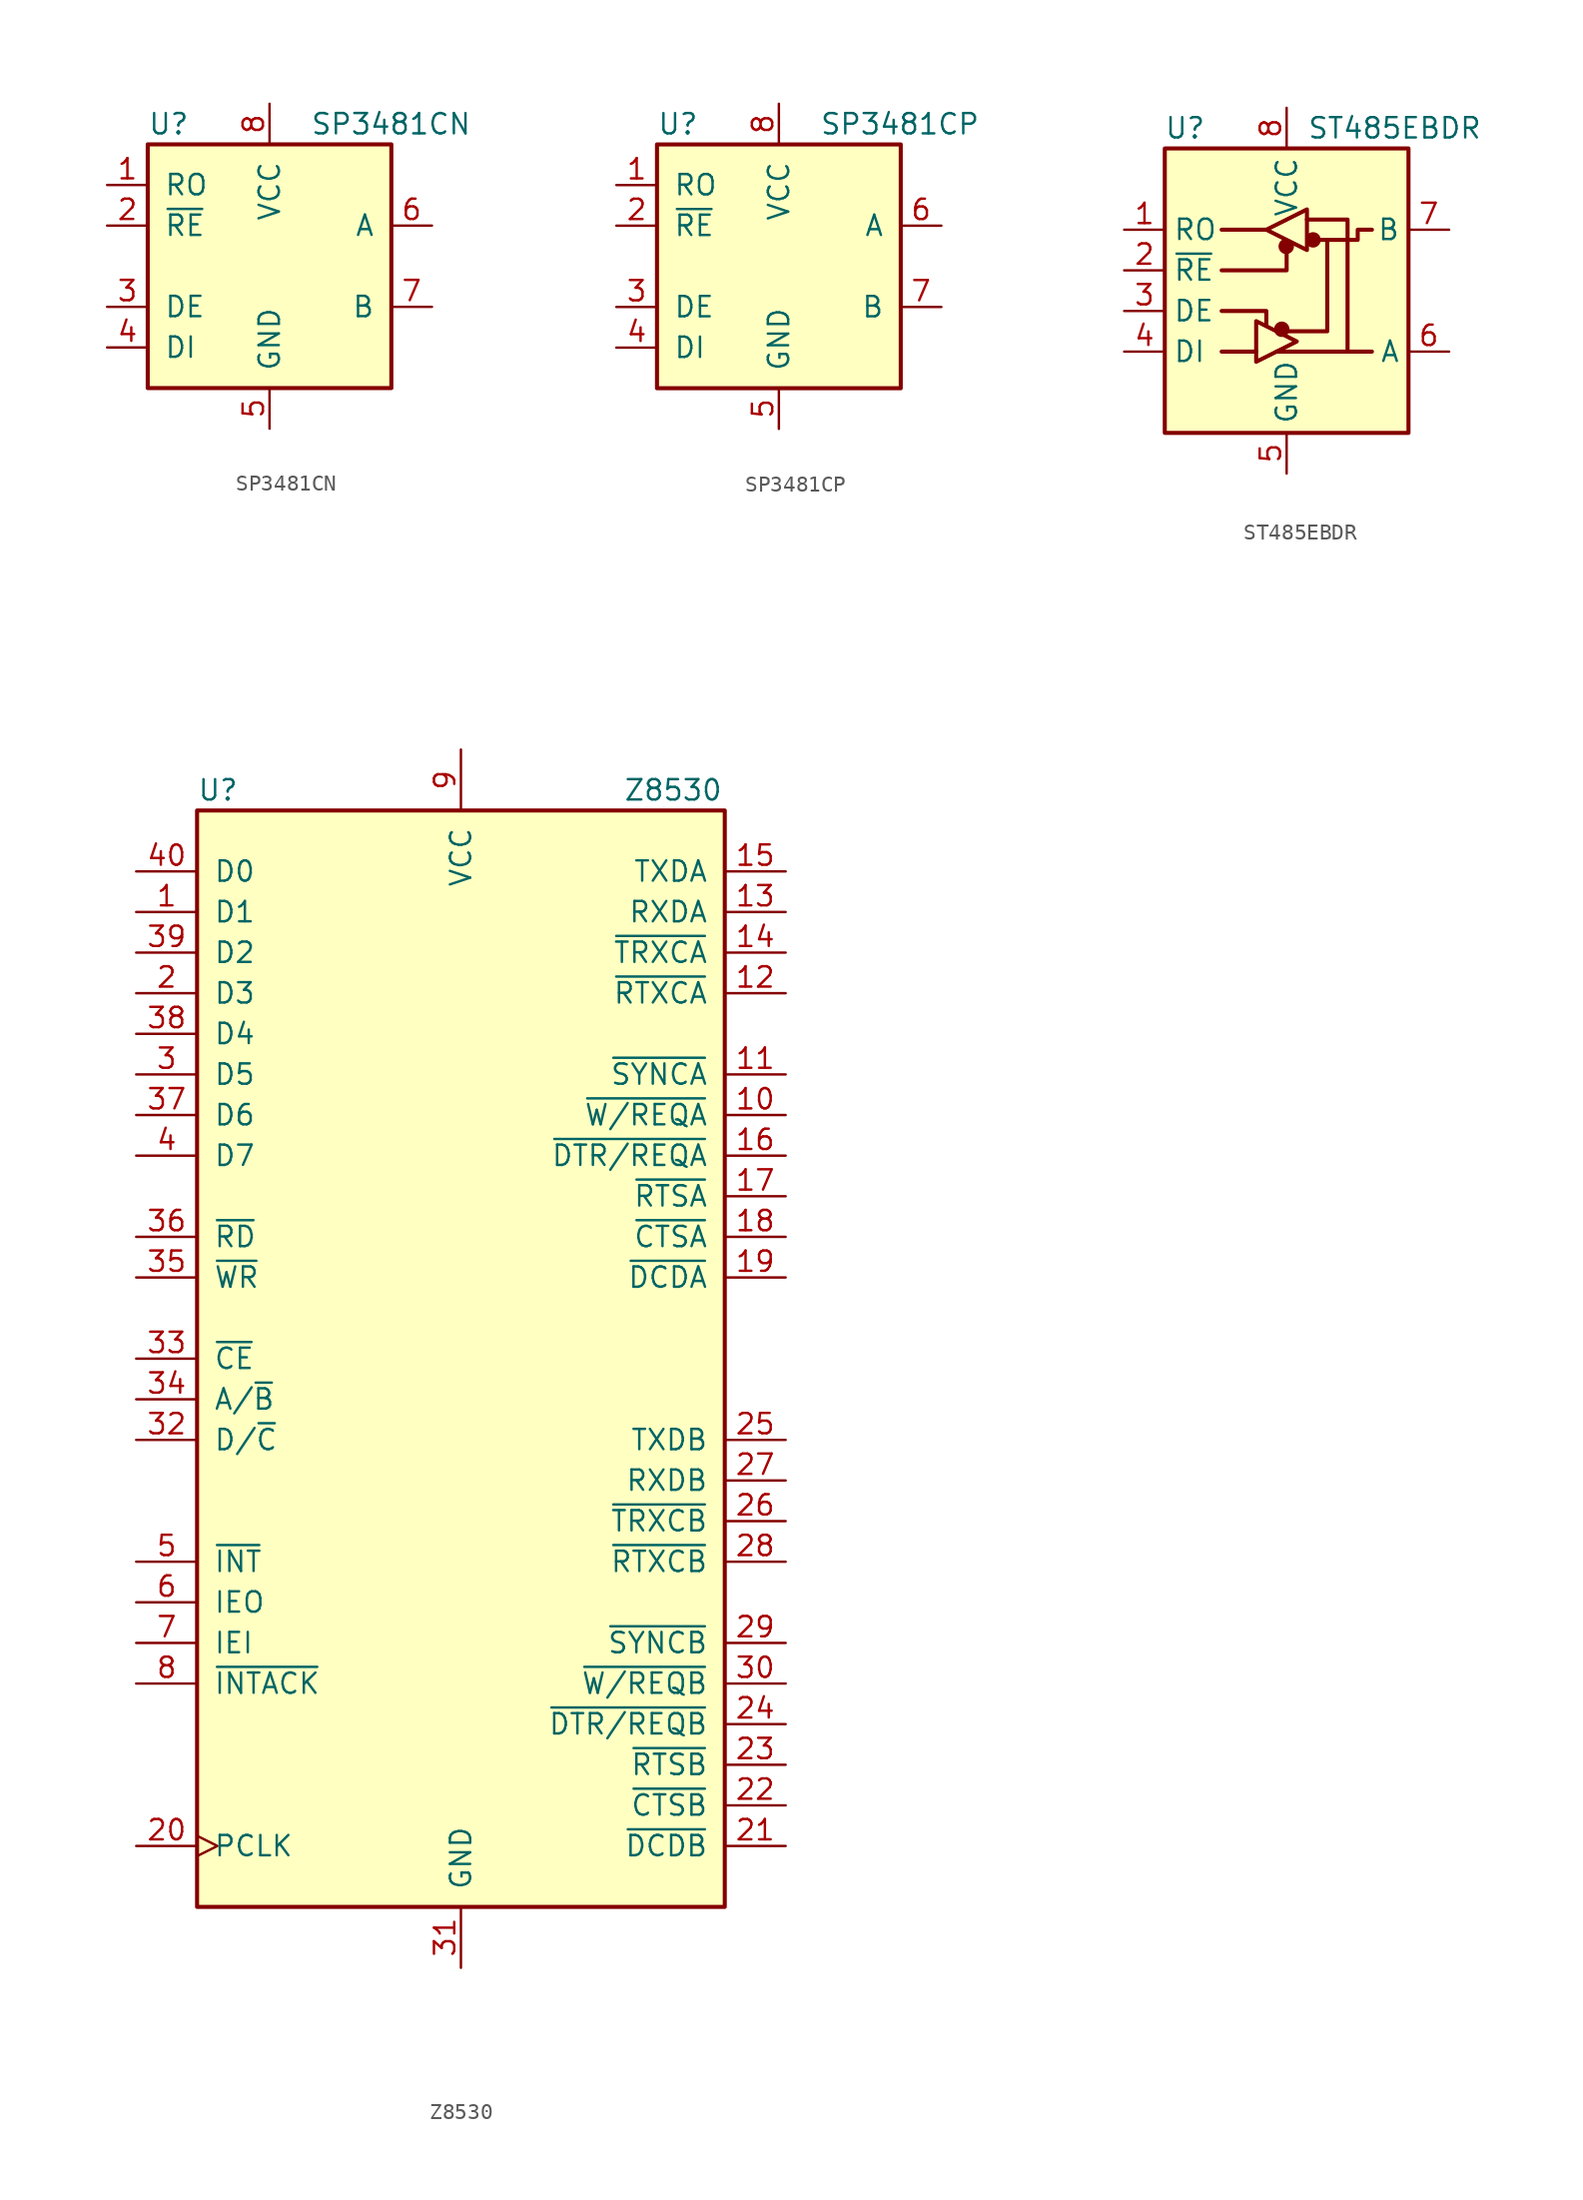
<source format=kicad_sym>
(kicad_symbol_lib
  (version 20220914)
  (generator kicad_symbol_editor)
  (symbol "SP3481CN"
    (pin_names
      (offset 1.016))
    (property "Reference" "U"
      (at -7.62 8.89 0)
      (effects (font (size 1.27 1.27)) (justify left)))
    (property "Value" "SP3481CN"
      (at 2.54 8.89 0)
      (effects (font (size 1.27 1.27)) (justify left)))
    (symbol "SP3481CN_0_1"
      (rectangle (start -7.62 7.62) (end 7.62 -7.62) (stroke (width 0.254) (type default)) (fill (type background))))
    (symbol "SP3481CN_1_1"
      (pin output line (at -10.16 5.08 0) (length 2.54) (name "RO" (effects (font (size 1.27 1.27)))) (number "1" (effects (font (size 1.27 1.27)))))
      (pin input line (at -10.16 2.54 0) (length 2.54) (name "~{RE}" (effects (font (size 1.27 1.27)))) (number "2" (effects (font (size 1.27 1.27)))))
      (pin input line (at -10.16 -2.54 0) (length 2.54) (name "DE" (effects (font (size 1.27 1.27)))) (number "3" (effects (font (size 1.27 1.27)))))
      (pin input line (at -10.16 -5.08 0) (length 2.54) (name "DI" (effects (font (size 1.27 1.27)))) (number "4" (effects (font (size 1.27 1.27)))))
      (pin power_in line (at 0 -10.16 90) (length 2.54) (name "GND" (effects (font (size 1.27 1.27)))) (number "5" (effects (font (size 1.27 1.27)))))
      (pin bidirectional line (at 10.16 2.54 180) (length 2.54) (name "A" (effects (font (size 1.27 1.27)))) (number "6" (effects (font (size 1.27 1.27)))))
      (pin bidirectional line (at 10.16 -2.54 180) (length 2.54) (name "B" (effects (font (size 1.27 1.27)))) (number "7" (effects (font (size 1.27 1.27)))))
      (pin power_in line (at 0 10.16 270) (length 2.54) (name "VCC" (effects (font (size 1.27 1.27)))) (number "8" (effects (font (size 1.27 1.27)))))))
  (symbol "SP3481CP"
    (pin_names
      (offset 1.016))
    (property "Reference" "U"
      (at -7.62 8.89 0)
      (effects (font (size 1.27 1.27)) (justify left)))
    (property "Value" "SP3481CP"
      (at 2.54 8.89 0)
      (effects (font (size 1.27 1.27)) (justify left)))
    (symbol "SP3481CP_0_1"
      (rectangle (start -7.62 7.62) (end 7.62 -7.62) (stroke (width 0.254) (type default)) (fill (type background))))
    (symbol "SP3481CP_1_1"
      (pin output line (at -10.16 5.08 0) (length 2.54) (name "RO" (effects (font (size 1.27 1.27)))) (number "1" (effects (font (size 1.27 1.27)))))
      (pin input line (at -10.16 2.54 0) (length 2.54) (name "~{RE}" (effects (font (size 1.27 1.27)))) (number "2" (effects (font (size 1.27 1.27)))))
      (pin input line (at -10.16 -2.54 0) (length 2.54) (name "DE" (effects (font (size 1.27 1.27)))) (number "3" (effects (font (size 1.27 1.27)))))
      (pin input line (at -10.16 -5.08 0) (length 2.54) (name "DI" (effects (font (size 1.27 1.27)))) (number "4" (effects (font (size 1.27 1.27)))))
      (pin power_in line (at 0 -10.16 90) (length 2.54) (name "GND" (effects (font (size 1.27 1.27)))) (number "5" (effects (font (size 1.27 1.27)))))
      (pin bidirectional line (at 10.16 2.54 180) (length 2.54) (name "A" (effects (font (size 1.27 1.27)))) (number "6" (effects (font (size 1.27 1.27)))))
      (pin bidirectional line (at 10.16 -2.54 180) (length 2.54) (name "B" (effects (font (size 1.27 1.27)))) (number "7" (effects (font (size 1.27 1.27)))))
      (pin power_in line (at 0 10.16 270) (length 2.54) (name "VCC" (effects (font (size 1.27 1.27)))) (number "8" (effects (font (size 1.27 1.27)))))))
  (symbol "ST485EBDR"
    (property "Reference" "U"
      (at -6.35 8.89 0)
      (effects (font (size 1.27 1.27))))
    (property "Value" "ST485EBDR"
      (at 1.27 8.89 0)
      (effects (font (size 1.27 1.27)) (justify left)))
    (symbol "ST485EBDR_0_1"
      (rectangle (start -7.62 7.62) (end 7.62 -10.16) (stroke (width 0.254) (type default)) (fill (type background)))
      (circle (center -0.305 -3.683) (radius 0.356) (stroke (width 0.254) (type default)) (fill (type outline)))
      (circle (center -0.025 1.499) (radius 0.356) (stroke (width 0.254) (type default)) (fill (type outline)))
      (polyline (pts (xy -4.064 -5.08) (xy -1.905 -5.08)) (stroke (width 0.254) (type default)) (fill (type none)))
      (polyline (pts (xy -4.064 2.54) (xy -1.27 2.54)) (stroke (width 0.254) (type default)) (fill (type none)))
      (polyline (pts (xy -1.27 -3.2) (xy -1.27 -3.454)) (stroke (width 0.254) (type default)) (fill (type none)))
      (polyline (pts (xy -0.635 -5.08) (xy 5.334 -5.08)) (stroke (width 0.254) (type default)) (fill (type none)))
      (polyline (pts (xy -4.064 -2.54) (xy -1.27 -2.54) (xy -1.27 -3.175)) (stroke (width 0.254) (type default)) (fill (type none)))
      (polyline (pts (xy 0 1.27) (xy 0 0) (xy -4.064 0)) (stroke (width 0.254) (type default)) (fill (type none)))
      (polyline (pts (xy 1.27 3.175) (xy 3.81 3.175) (xy 3.81 -5.08)) (stroke (width 0.254) (type default)) (fill (type none)))
      (polyline (pts (xy 2.54 1.905) (xy 2.54 -3.81) (xy 0 -3.81)) (stroke (width 0.254) (type default)) (fill (type none)))
      (polyline (pts (xy -1.905 -3.175) (xy -1.905 -5.715) (xy 0.635 -4.445) (xy -1.905 -3.175)) (stroke (width 0.254) (type default)) (fill (type none)))
      (polyline (pts (xy -1.27 2.54) (xy 1.27 3.81) (xy 1.27 1.27) (xy -1.27 2.54)) (stroke (width 0.254) (type default)) (fill (type none)))
      (polyline (pts (xy 1.905 1.905) (xy 4.445 1.905) (xy 4.445 2.54) (xy 5.334 2.54)) (stroke (width 0.254) (type default)) (fill (type none)))
      (rectangle (start 1.27 3.175) (end 1.27 3.175) (stroke (width 0) (type default)) (fill (type none)))
      (circle (center 1.651 1.905) (radius 0.356) (stroke (width 0.254) (type default)) (fill (type outline))))
    (symbol "ST485EBDR_1_1"
      (pin output line (at -10.16 2.54 0) (length 2.54) (name "RO" (effects (font (size 1.27 1.27)))) (number "1" (effects (font (size 1.27 1.27)))))
      (pin input line (at -10.16 0 0) (length 2.54) (name "~{RE}" (effects (font (size 1.27 1.27)))) (number "2" (effects (font (size 1.27 1.27)))))
      (pin input line (at -10.16 -2.54 0) (length 2.54) (name "DE" (effects (font (size 1.27 1.27)))) (number "3" (effects (font (size 1.27 1.27)))))
      (pin input line (at -10.16 -5.08 0) (length 2.54) (name "DI" (effects (font (size 1.27 1.27)))) (number "4" (effects (font (size 1.27 1.27)))))
      (pin power_in line (at 0 -12.7 90) (length 2.54) (name "GND" (effects (font (size 1.27 1.27)))) (number "5" (effects (font (size 1.27 1.27)))))
      (pin bidirectional line (at 10.16 -5.08 180) (length 2.54) (name "A" (effects (font (size 1.27 1.27)))) (number "6" (effects (font (size 1.27 1.27)))))
      (pin bidirectional line (at 10.16 2.54 180) (length 2.54) (name "B" (effects (font (size 1.27 1.27)))) (number "7" (effects (font (size 1.27 1.27)))))
      (pin power_in line (at 0 10.16 270) (length 2.54) (name "VCC" (effects (font (size 1.27 1.27)))) (number "8" (effects (font (size 1.27 1.27)))))))
  (symbol "Z8530"
    (pin_names
      (offset 1.016))
    (property "Reference" "U"
      (at -16.51 35.56 0)
      (effects (font (size 1.27 1.27)) (justify left)))
    (property "Value" "Z8530"
      (at 10.16 35.56 0)
      (effects (font (size 1.27 1.27)) (justify left)))
    (symbol "Z8530_0_1"
      (rectangle (start -16.51 -34.29) (end 16.51 34.29) (stroke (width 0.254) (type default)) (fill (type background))))
    (symbol "Z8530_1_1"
      (pin input line (at -20.32 27.94 0) (length 3.81) (name "D1" (effects (font (size 1.27 1.27)))) (number "1" (effects (font (size 1.27 1.27)))))
      (pin output line (at 20.32 15.24 180) (length 3.81) (name "~{W/REQA}" (effects (font (size 1.27 1.27)))) (number "10" (effects (font (size 1.27 1.27)))))
      (pin bidirectional line (at 20.32 17.78 180) (length 3.81) (name "~{SYNCA}" (effects (font (size 1.27 1.27)))) (number "11" (effects (font (size 1.27 1.27)))))
      (pin input line (at 20.32 22.86 180) (length 3.81) (name "~{RTXCA}" (effects (font (size 1.27 1.27)))) (number "12" (effects (font (size 1.27 1.27)))))
      (pin input line (at 20.32 27.94 180) (length 3.81) (name "RXDA" (effects (font (size 1.27 1.27)))) (number "13" (effects (font (size 1.27 1.27)))))
      (pin bidirectional line (at 20.32 25.4 180) (length 3.81) (name "~{TRXCA}" (effects (font (size 1.27 1.27)))) (number "14" (effects (font (size 1.27 1.27)))))
      (pin output line (at 20.32 30.48 180) (length 3.81) (name "TXDA" (effects (font (size 1.27 1.27)))) (number "15" (effects (font (size 1.27 1.27)))))
      (pin output line (at 20.32 12.7 180) (length 3.81) (name "~{DTR/REQA}" (effects (font (size 1.27 1.27)))) (number "16" (effects (font (size 1.27 1.27)))))
      (pin output line (at 20.32 10.16 180) (length 3.81) (name "~{RTSA}" (effects (font (size 1.27 1.27)))) (number "17" (effects (font (size 1.27 1.27)))))
      (pin input line (at 20.32 7.62 180) (length 3.81) (name "~{CTSA}" (effects (font (size 1.27 1.27)))) (number "18" (effects (font (size 1.27 1.27)))))
      (pin input line (at 20.32 5.08 180) (length 3.81) (name "~{DCDA}" (effects (font (size 1.27 1.27)))) (number "19" (effects (font (size 1.27 1.27)))))
      (pin input line (at -20.32 22.86 0) (length 3.81) (name "D3" (effects (font (size 1.27 1.27)))) (number "2" (effects (font (size 1.27 1.27)))))
      (pin input clock (at -20.32 -30.48 0) (length 3.81) (name "PCLK" (effects (font (size 1.27 1.27)))) (number "20" (effects (font (size 1.27 1.27)))))
      (pin input line (at 20.32 -30.48 180) (length 3.81) (name "~{DCDB}" (effects (font (size 1.27 1.27)))) (number "21" (effects (font (size 1.27 1.27)))))
      (pin input line (at 20.32 -27.94 180) (length 3.81) (name "~{CTSB}" (effects (font (size 1.27 1.27)))) (number "22" (effects (font (size 1.27 1.27)))))
      (pin output line (at 20.32 -25.4 180) (length 3.81) (name "~{RTSB}" (effects (font (size 1.27 1.27)))) (number "23" (effects (font (size 1.27 1.27)))))
      (pin output line (at 20.32 -22.86 180) (length 3.81) (name "~{DTR/REQB}" (effects (font (size 1.27 1.27)))) (number "24" (effects (font (size 1.27 1.27)))))
      (pin output line (at 20.32 -5.08 180) (length 3.81) (name "TXDB" (effects (font (size 1.27 1.27)))) (number "25" (effects (font (size 1.27 1.27)))))
      (pin bidirectional line (at 20.32 -10.16 180) (length 3.81) (name "~{TRXCB}" (effects (font (size 1.27 1.27)))) (number "26" (effects (font (size 1.27 1.27)))))
      (pin input line (at 20.32 -7.62 180) (length 3.81) (name "RXDB" (effects (font (size 1.27 1.27)))) (number "27" (effects (font (size 1.27 1.27)))))
      (pin input line (at 20.32 -12.7 180) (length 3.81) (name "~{RTXCB}" (effects (font (size 1.27 1.27)))) (number "28" (effects (font (size 1.27 1.27)))))
      (pin bidirectional line (at 20.32 -17.78 180) (length 3.81) (name "~{SYNCB}" (effects (font (size 1.27 1.27)))) (number "29" (effects (font (size 1.27 1.27)))))
      (pin input line (at -20.32 17.78 0) (length 3.81) (name "D5" (effects (font (size 1.27 1.27)))) (number "3" (effects (font (size 1.27 1.27)))))
      (pin output line (at 20.32 -20.32 180) (length 3.81) (name "~{W/REQB}" (effects (font (size 1.27 1.27)))) (number "30" (effects (font (size 1.27 1.27)))))
      (pin power_in line (at 0 -38.1 90) (length 3.81) (name "GND" (effects (font (size 1.27 1.27)))) (number "31" (effects (font (size 1.27 1.27)))))
      (pin input line (at -20.32 -5.08 0) (length 3.81) (name "D/~{C}" (effects (font (size 1.27 1.27)))) (number "32" (effects (font (size 1.27 1.27)))))
      (pin input line (at -20.32 0 0) (length 3.81) (name "~{CE}" (effects (font (size 1.27 1.27)))) (number "33" (effects (font (size 1.27 1.27)))))
      (pin input line (at -20.32 -2.54 0) (length 3.81) (name "A/~{B}" (effects (font (size 1.27 1.27)))) (number "34" (effects (font (size 1.27 1.27)))))
      (pin input line (at -20.32 5.08 0) (length 3.81) (name "~{WR}" (effects (font (size 1.27 1.27)))) (number "35" (effects (font (size 1.27 1.27)))))
      (pin input line (at -20.32 7.62 0) (length 3.81) (name "~{RD}" (effects (font (size 1.27 1.27)))) (number "36" (effects (font (size 1.27 1.27)))))
      (pin input line (at -20.32 15.24 0) (length 3.81) (name "D6" (effects (font (size 1.27 1.27)))) (number "37" (effects (font (size 1.27 1.27)))))
      (pin input line (at -20.32 20.32 0) (length 3.81) (name "D4" (effects (font (size 1.27 1.27)))) (number "38" (effects (font (size 1.27 1.27)))))
      (pin input line (at -20.32 25.4 0) (length 3.81) (name "D2" (effects (font (size 1.27 1.27)))) (number "39" (effects (font (size 1.27 1.27)))))
      (pin input line (at -20.32 12.7 0) (length 3.81) (name "D7" (effects (font (size 1.27 1.27)))) (number "4" (effects (font (size 1.27 1.27)))))
      (pin input line (at -20.32 30.48 0) (length 3.81) (name "D0" (effects (font (size 1.27 1.27)))) (number "40" (effects (font (size 1.27 1.27)))))
      (pin open_collector line (at -20.32 -12.7 0) (length 3.81) (name "~{INT}" (effects (font (size 1.27 1.27)))) (number "5" (effects (font (size 1.27 1.27)))))
      (pin output line (at -20.32 -15.24 0) (length 3.81) (name "IEO" (effects (font (size 1.27 1.27)))) (number "6" (effects (font (size 1.27 1.27)))))
      (pin input line (at -20.32 -17.78 0) (length 3.81) (name "IEI" (effects (font (size 1.27 1.27)))) (number "7" (effects (font (size 1.27 1.27)))))
      (pin input line (at -20.32 -20.32 0) (length 3.81) (name "~{INTACK}" (effects (font (size 1.27 1.27)))) (number "8" (effects (font (size 1.27 1.27)))))
      (pin power_in line (at 0 38.1 270) (length 3.81) (name "VCC" (effects (font (size 1.27 1.27)))) (number "9" (effects (font (size 1.27 1.27))))))))
</source>
